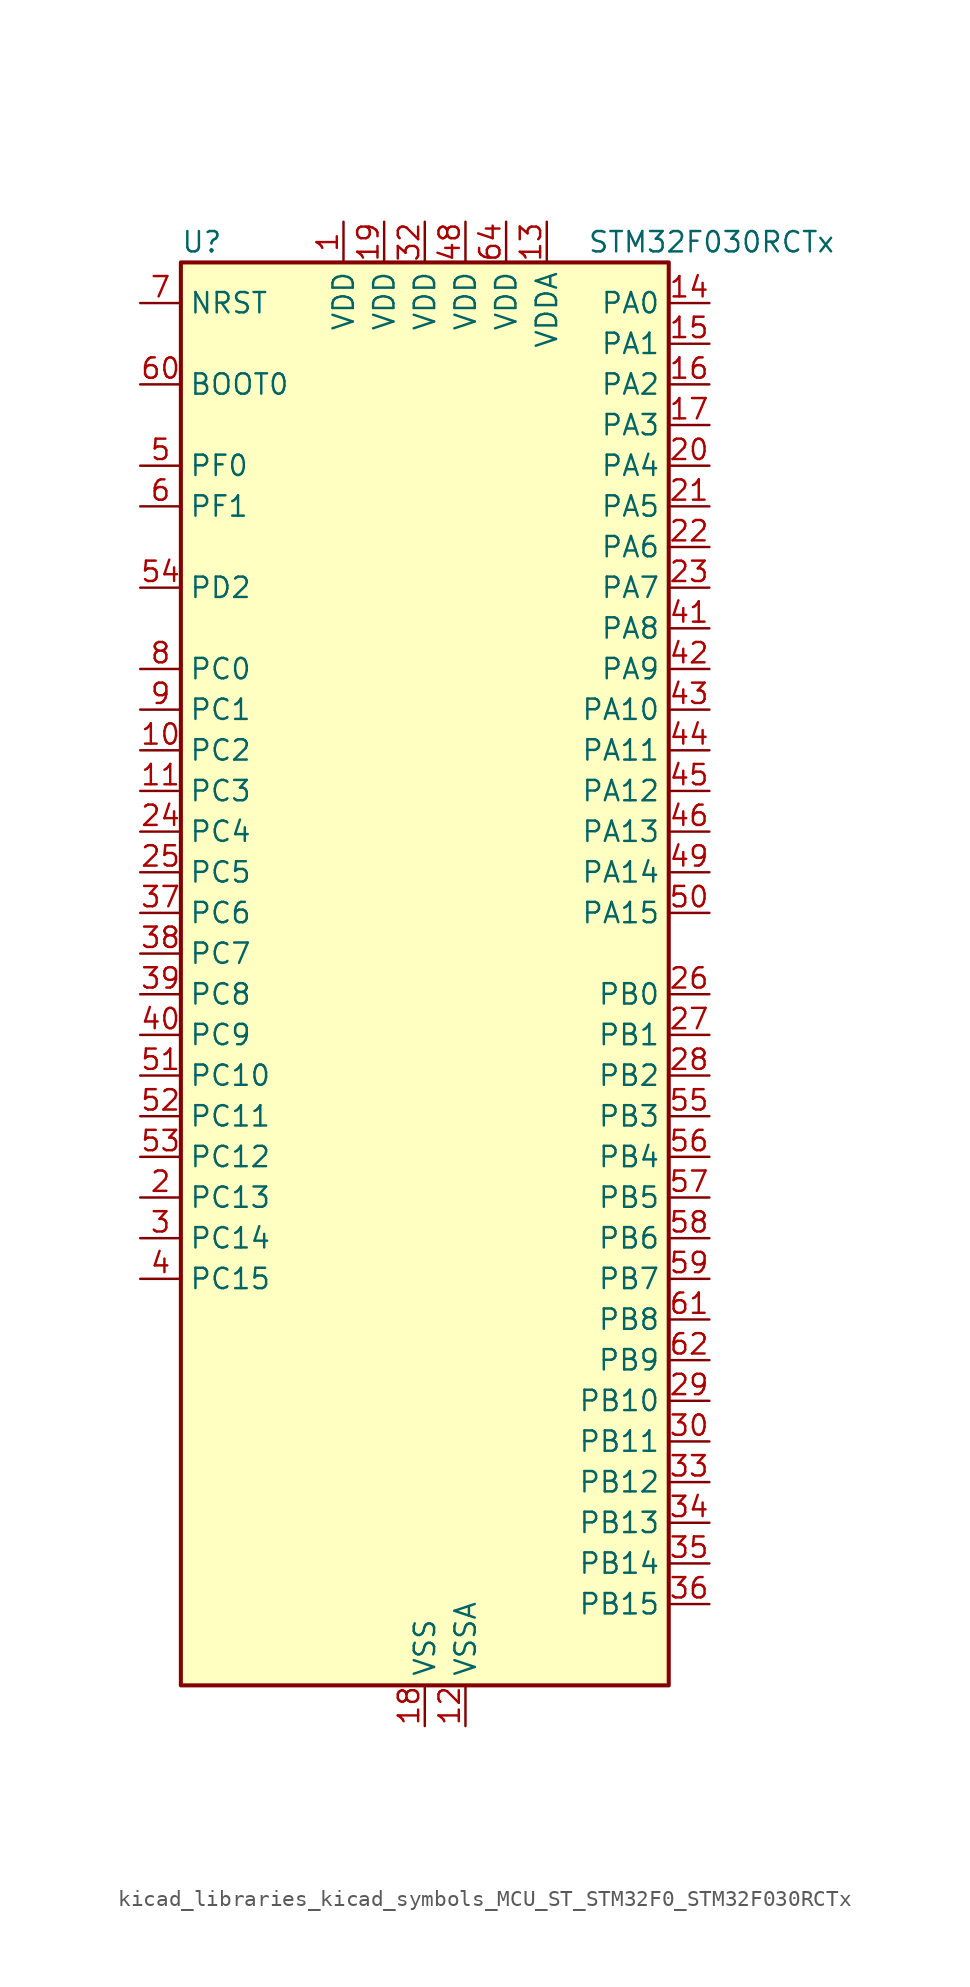
<source format=kicad_sym>
(kicad_symbol_lib
  (version 20220914)
  (generator kicad_symbol_editor)
  (symbol "kicad_libraries_kicad_symbols_MCU_ST_STM32F0_STM32F030RCTx"
    (property "Reference" "U"
      (at -15.24 46.99 0)
      (effects (font (size 1.27 1.27)) (justify left)))
    (property "Value" "STM32F030RCTx"
      (at 10.16 46.99 0)
      (effects (font (size 1.27 1.27)) (justify left)))
    (property "ki_locked" ""
      (at 0 0 0)
      (effects (font (size 1.27 1.27))))
    (symbol "kicad_libraries_kicad_symbols_MCU_ST_STM32F0_STM32F030RCTx_0_1"
      (rectangle (start -15.24 -43.18) (end 15.24 45.72) (stroke (width 0.254) (type default)) (fill (type background))))
    (symbol "kicad_libraries_kicad_symbols_MCU_ST_STM32F0_STM32F030RCTx_1_1"
      (pin power_in line (at -5.08 48.26 270) (length 2.54) (name "VDD" (effects (font (size 1.27 1.27)))) (number "1" (effects (font (size 1.27 1.27)))))
      (pin bidirectional line (at -17.78 15.24 0) (length 2.54) (name "PC2" (effects (font (size 1.27 1.27)))) (number "10" (effects (font (size 1.27 1.27)))) (alternate "ADC_IN12" bidirectional line) (alternate "SPI2_MISO" bidirectional line))
      (pin bidirectional line (at -17.78 12.7 0) (length 2.54) (name "PC3" (effects (font (size 1.27 1.27)))) (number "11" (effects (font (size 1.27 1.27)))) (alternate "ADC_IN13" bidirectional line) (alternate "SPI2_MOSI" bidirectional line))
      (pin power_in line (at 2.54 -45.72 90) (length 2.54) (name "VSSA" (effects (font (size 1.27 1.27)))) (number "12" (effects (font (size 1.27 1.27)))))
      (pin power_in line (at 7.62 48.26 270) (length 2.54) (name "VDDA" (effects (font (size 1.27 1.27)))) (number "13" (effects (font (size 1.27 1.27)))))
      (pin bidirectional line (at 17.78 43.18 180) (length 2.54) (name "PA0" (effects (font (size 1.27 1.27)))) (number "14" (effects (font (size 1.27 1.27)))) (alternate "ADC_IN0" bidirectional line) (alternate "RTC_TAMP2" bidirectional line) (alternate "SYS_WKUP1" bidirectional line) (alternate "USART2_CTS" bidirectional line) (alternate "USART4_TX" bidirectional line))
      (pin bidirectional line (at 17.78 40.64 180) (length 2.54) (name "PA1" (effects (font (size 1.27 1.27)))) (number "15" (effects (font (size 1.27 1.27)))) (alternate "ADC_IN1" bidirectional line) (alternate "TIM15_CH1N" bidirectional line) (alternate "USART2_DE" bidirectional line) (alternate "USART2_RTS" bidirectional line) (alternate "USART4_RX" bidirectional line))
      (pin bidirectional line (at 17.78 38.1 180) (length 2.54) (name "PA2" (effects (font (size 1.27 1.27)))) (number "16" (effects (font (size 1.27 1.27)))) (alternate "ADC_IN2" bidirectional line) (alternate "TIM15_CH1" bidirectional line) (alternate "USART2_TX" bidirectional line))
      (pin bidirectional line (at 17.78 35.56 180) (length 2.54) (name "PA3" (effects (font (size 1.27 1.27)))) (number "17" (effects (font (size 1.27 1.27)))) (alternate "ADC_IN3" bidirectional line) (alternate "TIM15_CH2" bidirectional line) (alternate "USART2_RX" bidirectional line))
      (pin power_in line (at 0 -45.72 90) (length 2.54) (name "VSS" (effects (font (size 1.27 1.27)))) (number "18" (effects (font (size 1.27 1.27)))))
      (pin power_in line (at -2.54 48.26 270) (length 2.54) (name "VDD" (effects (font (size 1.27 1.27)))) (number "19" (effects (font (size 1.27 1.27)))))
      (pin bidirectional line (at -17.78 -12.7 0) (length 2.54) (name "PC13" (effects (font (size 1.27 1.27)))) (number "2" (effects (font (size 1.27 1.27)))) (alternate "RTC_OUT_ALARM" bidirectional line) (alternate "RTC_OUT_CALIB" bidirectional line) (alternate "RTC_TAMP1" bidirectional line) (alternate "RTC_TS" bidirectional line) (alternate "SYS_WKUP2" bidirectional line))
      (pin bidirectional line (at 17.78 33.02 180) (length 2.54) (name "PA4" (effects (font (size 1.27 1.27)))) (number "20" (effects (font (size 1.27 1.27)))) (alternate "ADC_IN4" bidirectional line) (alternate "SPI1_NSS" bidirectional line) (alternate "TIM14_CH1" bidirectional line) (alternate "USART2_CK" bidirectional line) (alternate "USART6_TX" bidirectional line))
      (pin bidirectional line (at 17.78 30.48 180) (length 2.54) (name "PA5" (effects (font (size 1.27 1.27)))) (number "21" (effects (font (size 1.27 1.27)))) (alternate "ADC_IN5" bidirectional line) (alternate "SPI1_SCK" bidirectional line) (alternate "USART6_RX" bidirectional line))
      (pin bidirectional line (at 17.78 27.94 180) (length 2.54) (name "PA6" (effects (font (size 1.27 1.27)))) (number "22" (effects (font (size 1.27 1.27)))) (alternate "ADC_IN6" bidirectional line) (alternate "SPI1_MISO" bidirectional line) (alternate "TIM16_CH1" bidirectional line) (alternate "TIM1_BKIN" bidirectional line) (alternate "TIM3_CH1" bidirectional line) (alternate "USART3_CTS" bidirectional line))
      (pin bidirectional line (at 17.78 25.4 180) (length 2.54) (name "PA7" (effects (font (size 1.27 1.27)))) (number "23" (effects (font (size 1.27 1.27)))) (alternate "ADC_IN7" bidirectional line) (alternate "SPI1_MOSI" bidirectional line) (alternate "TIM14_CH1" bidirectional line) (alternate "TIM17_CH1" bidirectional line) (alternate "TIM1_CH1N" bidirectional line) (alternate "TIM3_CH2" bidirectional line))
      (pin bidirectional line (at -17.78 10.16 0) (length 2.54) (name "PC4" (effects (font (size 1.27 1.27)))) (number "24" (effects (font (size 1.27 1.27)))) (alternate "ADC_IN14" bidirectional line) (alternate "USART3_TX" bidirectional line))
      (pin bidirectional line (at -17.78 7.62 0) (length 2.54) (name "PC5" (effects (font (size 1.27 1.27)))) (number "25" (effects (font (size 1.27 1.27)))) (alternate "ADC_IN15" bidirectional line) (alternate "USART3_RX" bidirectional line))
      (pin bidirectional line (at 17.78 0 180) (length 2.54) (name "PB0" (effects (font (size 1.27 1.27)))) (number "26" (effects (font (size 1.27 1.27)))) (alternate "ADC_IN8" bidirectional line) (alternate "TIM1_CH2N" bidirectional line) (alternate "TIM3_CH3" bidirectional line) (alternate "USART3_CK" bidirectional line))
      (pin bidirectional line (at 17.78 -2.54 180) (length 2.54) (name "PB1" (effects (font (size 1.27 1.27)))) (number "27" (effects (font (size 1.27 1.27)))) (alternate "ADC_IN9" bidirectional line) (alternate "TIM14_CH1" bidirectional line) (alternate "TIM1_CH3N" bidirectional line) (alternate "TIM3_CH4" bidirectional line) (alternate "USART3_DE" bidirectional line) (alternate "USART3_RTS" bidirectional line))
      (pin bidirectional line (at 17.78 -5.08 180) (length 2.54) (name "PB2" (effects (font (size 1.27 1.27)))) (number "28" (effects (font (size 1.27 1.27)))))
      (pin bidirectional line (at 17.78 -25.4 180) (length 2.54) (name "PB10" (effects (font (size 1.27 1.27)))) (number "29" (effects (font (size 1.27 1.27)))) (alternate "I2C2_SCL" bidirectional line) (alternate "SPI2_SCK" bidirectional line) (alternate "USART3_TX" bidirectional line))
      (pin bidirectional line (at -17.78 -15.24 0) (length 2.54) (name "PC14" (effects (font (size 1.27 1.27)))) (number "3" (effects (font (size 1.27 1.27)))) (alternate "RCC_OSC32_IN" bidirectional line))
      (pin bidirectional line (at 17.78 -27.94 180) (length 2.54) (name "PB11" (effects (font (size 1.27 1.27)))) (number "30" (effects (font (size 1.27 1.27)))) (alternate "I2C2_SDA" bidirectional line) (alternate "USART3_RX" bidirectional line))
      (pin passive line (at 0 -45.72 90) (length 2.54) hide (name "VSS" (effects (font (size 1.27 1.27)))) (number "31" (effects (font (size 1.27 1.27)))))
      (pin power_in line (at 0 48.26 270) (length 2.54) (name "VDD" (effects (font (size 1.27 1.27)))) (number "32" (effects (font (size 1.27 1.27)))))
      (pin bidirectional line (at 17.78 -30.48 180) (length 2.54) (name "PB12" (effects (font (size 1.27 1.27)))) (number "33" (effects (font (size 1.27 1.27)))) (alternate "SPI2_NSS" bidirectional line) (alternate "TIM15_BKIN" bidirectional line) (alternate "TIM1_BKIN" bidirectional line) (alternate "USART3_CK" bidirectional line))
      (pin bidirectional line (at 17.78 -33.02 180) (length 2.54) (name "PB13" (effects (font (size 1.27 1.27)))) (number "34" (effects (font (size 1.27 1.27)))) (alternate "I2C2_SCL" bidirectional line) (alternate "SPI2_SCK" bidirectional line) (alternate "TIM1_CH1N" bidirectional line) (alternate "USART3_CTS" bidirectional line))
      (pin bidirectional line (at 17.78 -35.56 180) (length 2.54) (name "PB14" (effects (font (size 1.27 1.27)))) (number "35" (effects (font (size 1.27 1.27)))) (alternate "I2C2_SDA" bidirectional line) (alternate "SPI2_MISO" bidirectional line) (alternate "TIM15_CH1" bidirectional line) (alternate "TIM1_CH2N" bidirectional line) (alternate "USART3_DE" bidirectional line) (alternate "USART3_RTS" bidirectional line))
      (pin bidirectional line (at 17.78 -38.1 180) (length 2.54) (name "PB15" (effects (font (size 1.27 1.27)))) (number "36" (effects (font (size 1.27 1.27)))) (alternate "RTC_REFIN" bidirectional line) (alternate "SPI2_MOSI" bidirectional line) (alternate "TIM15_CH1N" bidirectional line) (alternate "TIM15_CH2" bidirectional line) (alternate "TIM1_CH3N" bidirectional line))
      (pin bidirectional line (at -17.78 5.08 0) (length 2.54) (name "PC6" (effects (font (size 1.27 1.27)))) (number "37" (effects (font (size 1.27 1.27)))) (alternate "TIM3_CH1" bidirectional line))
      (pin bidirectional line (at -17.78 2.54 0) (length 2.54) (name "PC7" (effects (font (size 1.27 1.27)))) (number "38" (effects (font (size 1.27 1.27)))) (alternate "TIM3_CH2" bidirectional line))
      (pin bidirectional line (at -17.78 0 0) (length 2.54) (name "PC8" (effects (font (size 1.27 1.27)))) (number "39" (effects (font (size 1.27 1.27)))) (alternate "TIM3_CH3" bidirectional line))
      (pin bidirectional line (at -17.78 -17.78 0) (length 2.54) (name "PC15" (effects (font (size 1.27 1.27)))) (number "4" (effects (font (size 1.27 1.27)))) (alternate "RCC_OSC32_OUT" bidirectional line))
      (pin bidirectional line (at -17.78 -2.54 0) (length 2.54) (name "PC9" (effects (font (size 1.27 1.27)))) (number "40" (effects (font (size 1.27 1.27)))) (alternate "TIM3_CH4" bidirectional line))
      (pin bidirectional line (at 17.78 22.86 180) (length 2.54) (name "PA8" (effects (font (size 1.27 1.27)))) (number "41" (effects (font (size 1.27 1.27)))) (alternate "RCC_MCO" bidirectional line) (alternate "TIM1_CH1" bidirectional line) (alternate "USART1_CK" bidirectional line))
      (pin bidirectional line (at 17.78 20.32 180) (length 2.54) (name "PA9" (effects (font (size 1.27 1.27)))) (number "42" (effects (font (size 1.27 1.27)))) (alternate "I2C1_SCL" bidirectional line) (alternate "RCC_MCO" bidirectional line) (alternate "TIM15_BKIN" bidirectional line) (alternate "TIM1_CH2" bidirectional line) (alternate "USART1_TX" bidirectional line))
      (pin bidirectional line (at 17.78 17.78 180) (length 2.54) (name "PA10" (effects (font (size 1.27 1.27)))) (number "43" (effects (font (size 1.27 1.27)))) (alternate "I2C1_SDA" bidirectional line) (alternate "TIM17_BKIN" bidirectional line) (alternate "TIM1_CH3" bidirectional line) (alternate "USART1_RX" bidirectional line))
      (pin bidirectional line (at 17.78 15.24 180) (length 2.54) (name "PA11" (effects (font (size 1.27 1.27)))) (number "44" (effects (font (size 1.27 1.27)))) (alternate "I2C2_SCL" bidirectional line) (alternate "TIM1_CH4" bidirectional line) (alternate "USART1_CTS" bidirectional line))
      (pin bidirectional line (at 17.78 12.7 180) (length 2.54) (name "PA12" (effects (font (size 1.27 1.27)))) (number "45" (effects (font (size 1.27 1.27)))) (alternate "I2C2_SDA" bidirectional line) (alternate "TIM1_ETR" bidirectional line) (alternate "USART1_DE" bidirectional line) (alternate "USART1_RTS" bidirectional line))
      (pin bidirectional line (at 17.78 10.16 180) (length 2.54) (name "PA13" (effects (font (size 1.27 1.27)))) (number "46" (effects (font (size 1.27 1.27)))) (alternate "IR_OUT" bidirectional line) (alternate "SYS_SWDIO" bidirectional line))
      (pin passive line (at 0 -45.72 90) (length 2.54) hide (name "VSS" (effects (font (size 1.27 1.27)))) (number "47" (effects (font (size 1.27 1.27)))))
      (pin power_in line (at 2.54 48.26 270) (length 2.54) (name "VDD" (effects (font (size 1.27 1.27)))) (number "48" (effects (font (size 1.27 1.27)))))
      (pin bidirectional line (at 17.78 7.62 180) (length 2.54) (name "PA14" (effects (font (size 1.27 1.27)))) (number "49" (effects (font (size 1.27 1.27)))) (alternate "SYS_SWCLK" bidirectional line) (alternate "USART2_TX" bidirectional line))
      (pin bidirectional line (at -17.78 33.02 0) (length 2.54) (name "PF0" (effects (font (size 1.27 1.27)))) (number "5" (effects (font (size 1.27 1.27)))) (alternate "I2C1_SDA" bidirectional line) (alternate "RCC_OSC_IN" bidirectional line))
      (pin bidirectional line (at 17.78 5.08 180) (length 2.54) (name "PA15" (effects (font (size 1.27 1.27)))) (number "50" (effects (font (size 1.27 1.27)))) (alternate "SPI1_NSS" bidirectional line) (alternate "USART2_RX" bidirectional line) (alternate "USART4_DE" bidirectional line) (alternate "USART4_RTS" bidirectional line))
      (pin bidirectional line (at -17.78 -5.08 0) (length 2.54) (name "PC10" (effects (font (size 1.27 1.27)))) (number "51" (effects (font (size 1.27 1.27)))) (alternate "USART3_TX" bidirectional line) (alternate "USART4_TX" bidirectional line))
      (pin bidirectional line (at -17.78 -7.62 0) (length 2.54) (name "PC11" (effects (font (size 1.27 1.27)))) (number "52" (effects (font (size 1.27 1.27)))) (alternate "USART3_RX" bidirectional line) (alternate "USART4_RX" bidirectional line))
      (pin bidirectional line (at -17.78 -10.16 0) (length 2.54) (name "PC12" (effects (font (size 1.27 1.27)))) (number "53" (effects (font (size 1.27 1.27)))) (alternate "USART3_CK" bidirectional line) (alternate "USART4_CK" bidirectional line) (alternate "USART5_TX" bidirectional line))
      (pin bidirectional line (at -17.78 25.4 0) (length 2.54) (name "PD2" (effects (font (size 1.27 1.27)))) (number "54" (effects (font (size 1.27 1.27)))) (alternate "TIM3_ETR" bidirectional line) (alternate "USART3_DE" bidirectional line) (alternate "USART3_RTS" bidirectional line) (alternate "USART5_RX" bidirectional line))
      (pin bidirectional line (at 17.78 -7.62 180) (length 2.54) (name "PB3" (effects (font (size 1.27 1.27)))) (number "55" (effects (font (size 1.27 1.27)))) (alternate "SPI1_SCK" bidirectional line) (alternate "USART5_TX" bidirectional line))
      (pin bidirectional line (at 17.78 -10.16 180) (length 2.54) (name "PB4" (effects (font (size 1.27 1.27)))) (number "56" (effects (font (size 1.27 1.27)))) (alternate "SPI1_MISO" bidirectional line) (alternate "TIM17_BKIN" bidirectional line) (alternate "TIM3_CH1" bidirectional line) (alternate "USART5_RX" bidirectional line))
      (pin bidirectional line (at 17.78 -12.7 180) (length 2.54) (name "PB5" (effects (font (size 1.27 1.27)))) (number "57" (effects (font (size 1.27 1.27)))) (alternate "I2C1_SMBA" bidirectional line) (alternate "SPI1_MOSI" bidirectional line) (alternate "TIM16_BKIN" bidirectional line) (alternate "TIM3_CH2" bidirectional line) (alternate "USART5_CK" bidirectional line) (alternate "USART5_DE" bidirectional line) (alternate "USART5_RTS" bidirectional line))
      (pin bidirectional line (at 17.78 -15.24 180) (length 2.54) (name "PB6" (effects (font (size 1.27 1.27)))) (number "58" (effects (font (size 1.27 1.27)))) (alternate "I2C1_SCL" bidirectional line) (alternate "TIM16_CH1N" bidirectional line) (alternate "USART1_TX" bidirectional line))
      (pin bidirectional line (at 17.78 -17.78 180) (length 2.54) (name "PB7" (effects (font (size 1.27 1.27)))) (number "59" (effects (font (size 1.27 1.27)))) (alternate "I2C1_SDA" bidirectional line) (alternate "TIM17_CH1N" bidirectional line) (alternate "USART1_RX" bidirectional line) (alternate "USART4_CTS" bidirectional line))
      (pin bidirectional line (at -17.78 30.48 0) (length 2.54) (name "PF1" (effects (font (size 1.27 1.27)))) (number "6" (effects (font (size 1.27 1.27)))) (alternate "I2C1_SCL" bidirectional line) (alternate "RCC_OSC_OUT" bidirectional line))
      (pin input line (at -17.78 38.1 0) (length 2.54) (name "BOOT0" (effects (font (size 1.27 1.27)))) (number "60" (effects (font (size 1.27 1.27)))))
      (pin bidirectional line (at 17.78 -20.32 180) (length 2.54) (name "PB8" (effects (font (size 1.27 1.27)))) (number "61" (effects (font (size 1.27 1.27)))) (alternate "I2C1_SCL" bidirectional line) (alternate "TIM16_CH1" bidirectional line))
      (pin bidirectional line (at 17.78 -22.86 180) (length 2.54) (name "PB9" (effects (font (size 1.27 1.27)))) (number "62" (effects (font (size 1.27 1.27)))) (alternate "I2C1_SDA" bidirectional line) (alternate "IR_OUT" bidirectional line) (alternate "SPI2_NSS" bidirectional line) (alternate "TIM17_CH1" bidirectional line))
      (pin passive line (at 0 -45.72 90) (length 2.54) hide (name "VSS" (effects (font (size 1.27 1.27)))) (number "63" (effects (font (size 1.27 1.27)))))
      (pin power_in line (at 5.08 48.26 270) (length 2.54) (name "VDD" (effects (font (size 1.27 1.27)))) (number "64" (effects (font (size 1.27 1.27)))))
      (pin input line (at -17.78 43.18 0) (length 2.54) (name "NRST" (effects (font (size 1.27 1.27)))) (number "7" (effects (font (size 1.27 1.27)))))
      (pin bidirectional line (at -17.78 20.32 0) (length 2.54) (name "PC0" (effects (font (size 1.27 1.27)))) (number "8" (effects (font (size 1.27 1.27)))) (alternate "ADC_IN10" bidirectional line) (alternate "USART6_TX" bidirectional line))
      (pin bidirectional line (at -17.78 17.78 0) (length 2.54) (name "PC1" (effects (font (size 1.27 1.27)))) (number "9" (effects (font (size 1.27 1.27)))) (alternate "ADC_IN11" bidirectional line) (alternate "USART6_RX" bidirectional line)))))
</source>
